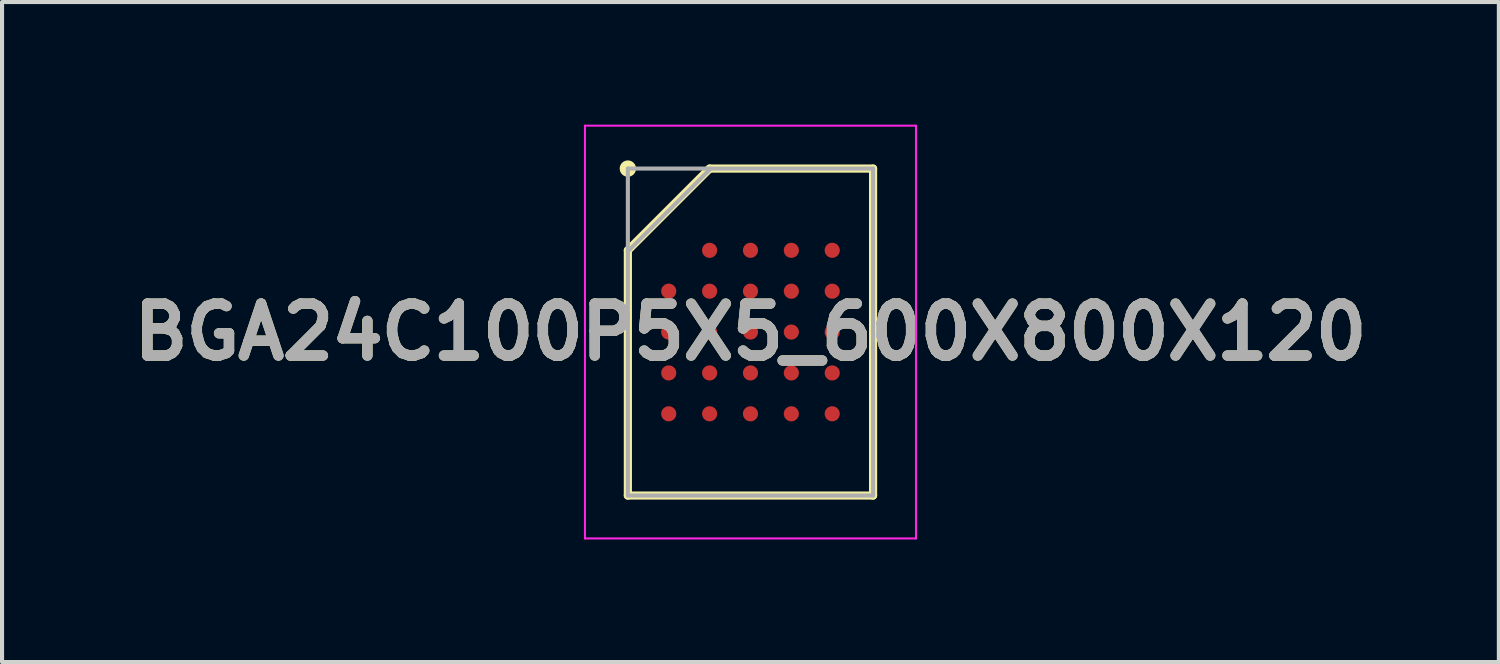
<source format=kicad_pcb>
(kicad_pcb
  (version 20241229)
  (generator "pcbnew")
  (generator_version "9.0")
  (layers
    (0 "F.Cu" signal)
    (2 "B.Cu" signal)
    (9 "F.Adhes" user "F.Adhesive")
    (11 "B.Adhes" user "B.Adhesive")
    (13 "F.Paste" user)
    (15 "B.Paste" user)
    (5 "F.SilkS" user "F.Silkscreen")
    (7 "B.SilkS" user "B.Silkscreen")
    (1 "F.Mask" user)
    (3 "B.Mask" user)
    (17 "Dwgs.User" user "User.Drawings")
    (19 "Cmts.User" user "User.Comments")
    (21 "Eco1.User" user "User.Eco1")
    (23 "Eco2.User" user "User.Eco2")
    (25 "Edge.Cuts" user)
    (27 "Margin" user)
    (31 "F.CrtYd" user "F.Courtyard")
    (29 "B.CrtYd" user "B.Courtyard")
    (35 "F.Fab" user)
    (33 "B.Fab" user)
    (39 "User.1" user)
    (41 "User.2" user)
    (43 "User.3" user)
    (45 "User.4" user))
  (footprint "BGA24C100P5X5_600X800X120"
    (layer "F.Cu")
    (at 15.313 5.075)
    (property "Reference" "BGA24C100P5X5_600X800X120" (at 0 0 0) (layer "F.SilkS") (effects (font (size 1.27 1.27) (thickness 0.254))))
    (attr smd)
    (fp_line (start -3 -2) (end -1 -4) (stroke (width 0.2) (type solid)) (layer "F.SilkS"))
    (fp_line (start -3 4) (end -3 -2) (stroke (width 0.2) (type solid)) (layer "F.SilkS"))
    (fp_line (start -1 -4) (end 3 -4) (stroke (width 0.2) (type solid)) (layer "F.SilkS"))
    (fp_line (start 3 -4) (end 3 4) (stroke (width 0.2) (type solid)) (layer "F.SilkS"))
    (fp_line (start 3 4) (end -3 4) (stroke (width 0.2) (type solid)) (layer "F.SilkS"))
    (fp_circle (center -3 -4) (end -3 -3.9) (stroke (width 0.2) (type solid)) (fill no) (layer "F.SilkS"))
    (fp_line (start -4.05 -5.05) (end 4.05 -5.05) (stroke (width 0.05) (type solid)) (layer "F.CrtYd"))
    (fp_line (start -4.05 5.05) (end -4.05 -5.05) (stroke (width 0.05) (type solid)) (layer "F.CrtYd"))
    (fp_line (start 4.05 -5.05) (end 4.05 5.05) (stroke (width 0.05) (type solid)) (layer "F.CrtYd"))
    (fp_line (start 4.05 5.05) (end -4.05 5.05) (stroke (width 0.05) (type solid)) (layer "F.CrtYd"))
    (fp_line (start -3 -4) (end 3 -4) (stroke (width 0.1) (type solid)) (layer "F.Fab"))
    (fp_line (start -3 -1.975) (end -0.975 -4) (stroke (width 0.1) (type solid)) (layer "F.Fab"))
    (fp_line (start -3 4) (end -3 -4) (stroke (width 0.1) (type solid)) (layer "F.Fab"))
    (fp_line (start 3 -4) (end 3 4) (stroke (width 0.1) (type solid)) (layer "F.Fab"))
    (fp_line (start 3 4) (end -3 4) (stroke (width 0.1) (type solid)) (layer "F.Fab"))
    (fp_text user "${REFERENCE}" (at 0 0 0) (layer "F.Fab") (effects (font (size 1.27 1.27) (thickness 0.254))))
    (pad "A2" smd circle (at -1 -2 90) (size 0.37 0.37) (layers "F.Cu" "F.Paste"))
    (pad "A3" smd circle (at 0 -2 90) (size 0.37 0.37) (layers "F.Cu" "F.Paste"))
    (pad "A4" smd circle (at 1 -2 90) (size 0.37 0.37) (layers "F.Cu" "F.Paste"))
    (pad "A5" smd circle (at 2 -2 90) (size 0.37 0.37) (layers "F.Cu" "F.Paste"))
    (pad "B1" smd circle (at -2 -1 90) (size 0.37 0.37) (layers "F.Cu" "F.Paste"))
    (pad "B2" smd circle (at -1 -1 90) (size 0.37 0.37) (layers "F.Cu" "F.Paste"))
    (pad "B3" smd circle (at 0 -1 90) (size 0.37 0.37) (layers "F.Cu" "F.Paste"))
    (pad "B4" smd circle (at 1 -1 90) (size 0.37 0.37) (layers "F.Cu" "F.Paste"))
    (pad "B5" smd circle (at 2 -1 90) (size 0.37 0.37) (layers "F.Cu" "F.Paste"))
    (pad "C1" smd circle (at -2 0 90) (size 0.37 0.37) (layers "F.Cu" "F.Paste"))
    (pad "C2" smd circle (at -1 0 90) (size 0.37 0.37) (layers "F.Cu" "F.Paste"))
    (pad "C3" smd circle (at 0 0 90) (size 0.37 0.37) (layers "F.Cu" "F.Paste"))
    (pad "C4" smd circle (at 1 0 90) (size 0.37 0.37) (layers "F.Cu" "F.Paste"))
    (pad "C5" smd circle (at 2 0 90) (size 0.37 0.37) (layers "F.Cu" "F.Paste"))
    (pad "D1" smd circle (at -2 1 90) (size 0.37 0.37) (layers "F.Cu" "F.Paste"))
    (pad "D2" smd circle (at -1 1 90) (size 0.37 0.37) (layers "F.Cu" "F.Paste"))
    (pad "D3" smd circle (at 0 1 90) (size 0.37 0.37) (layers "F.Cu" "F.Paste"))
    (pad "D4" smd circle (at 1 1 90) (size 0.37 0.37) (layers "F.Cu" "F.Paste"))
    (pad "D5" smd circle (at 2 1 90) (size 0.37 0.37) (layers "F.Cu" "F.Paste"))
    (pad "E1" smd circle (at -2 2 90) (size 0.37 0.37) (layers "F.Cu" "F.Paste"))
    (pad "E2" smd circle (at -1 2 90) (size 0.37 0.37) (layers "F.Cu" "F.Paste"))
    (pad "E3" smd circle (at 0 2 90) (size 0.37 0.37) (layers "F.Cu" "F.Paste"))
    (pad "E4" smd circle (at 1 2 90) (size 0.37 0.37) (layers "F.Cu" "F.Paste"))
    (pad "E5" smd circle (at 2 2 90) (size 0.37 0.37) (layers "F.Cu" "F.Paste")))
  (gr_rect
    (start -3 -3)
    (end 33.625 13.15)
    (stroke (width 0.1) (type default))
    (fill no)
    (layer "Edge.Cuts")))
</source>
